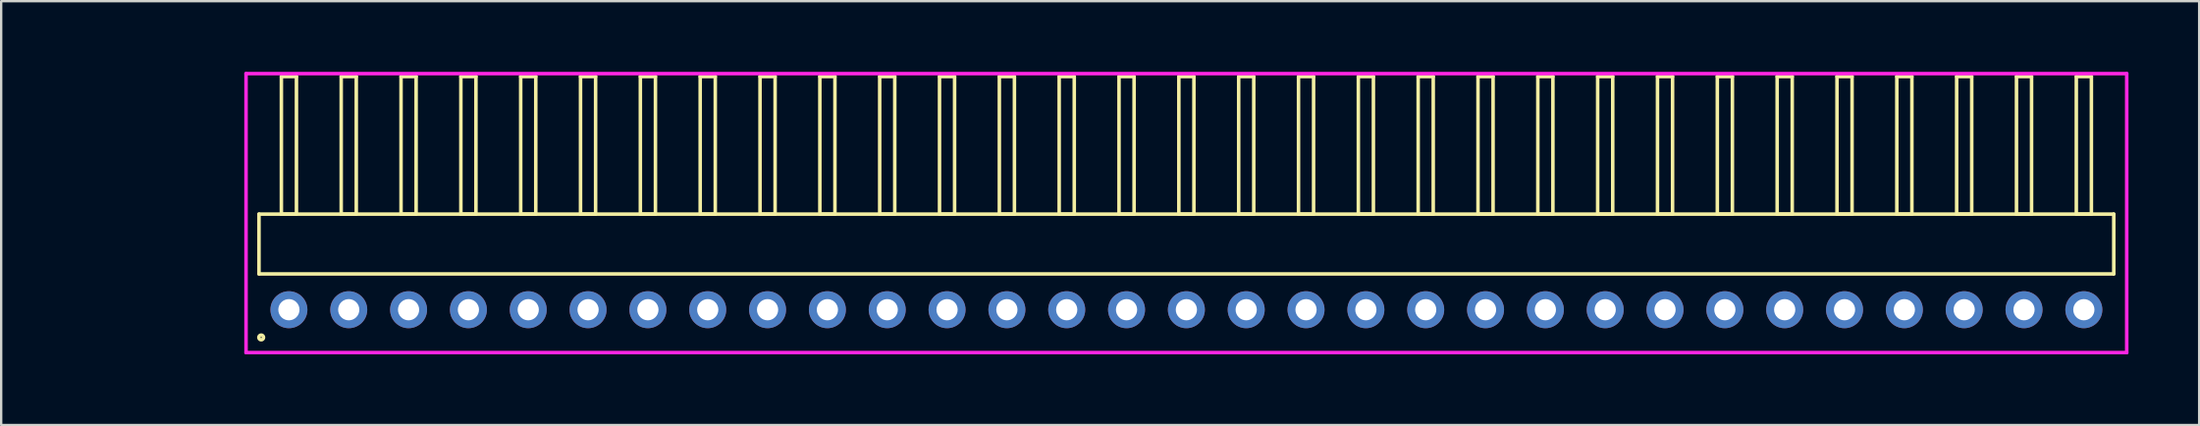
<source format=kicad_pcb>
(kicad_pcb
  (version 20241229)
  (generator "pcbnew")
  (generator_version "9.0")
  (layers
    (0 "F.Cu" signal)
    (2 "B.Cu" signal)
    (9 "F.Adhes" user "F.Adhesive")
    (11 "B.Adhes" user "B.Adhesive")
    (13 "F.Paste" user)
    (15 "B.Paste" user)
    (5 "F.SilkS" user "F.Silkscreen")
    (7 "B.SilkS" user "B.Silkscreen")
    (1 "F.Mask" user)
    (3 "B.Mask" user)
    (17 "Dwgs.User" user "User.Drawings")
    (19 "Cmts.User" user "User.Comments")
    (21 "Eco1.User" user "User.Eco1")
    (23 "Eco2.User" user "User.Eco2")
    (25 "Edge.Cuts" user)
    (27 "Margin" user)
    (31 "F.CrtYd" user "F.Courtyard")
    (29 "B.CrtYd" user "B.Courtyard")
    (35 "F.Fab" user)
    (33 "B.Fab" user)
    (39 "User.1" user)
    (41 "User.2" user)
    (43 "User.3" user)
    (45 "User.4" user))
  (footprint "HDR_RA254P31x1"
    (layer "F.Cu")
    (at 47.315 10.1)
    (property "Reference" "HDR_RA254P31x1" (at -40.67 0 0) (layer "User.1") (effects (font (size 1 1) (thickness 0.1))))
    (attr through_hole)
    (fp_line (start -39.37 -4.06) (end -39.37 -1.52) (stroke (width 0.15) (type solid)) (layer "F.SilkS"))
    (fp_line (start -39.37 -1.52) (end 39.37 -1.52) (stroke (width 0.15) (type solid)) (layer "F.SilkS"))
    (fp_line (start -38.42 -9.9) (end -38.42 -4.06) (stroke (width 0.15) (type solid)) (layer "F.SilkS"))
    (fp_line (start -38.42 -4.06) (end -37.78 -4.06) (stroke (width 0.15) (type solid)) (layer "F.SilkS"))
    (fp_line (start -37.78 -9.9) (end -38.42 -9.9) (stroke (width 0.15) (type solid)) (layer "F.SilkS"))
    (fp_line (start -37.78 -4.06) (end -37.78 -9.9) (stroke (width 0.15) (type solid)) (layer "F.SilkS"))
    (fp_line (start -35.88 -9.9) (end -35.88 -4.06) (stroke (width 0.15) (type solid)) (layer "F.SilkS"))
    (fp_line (start -35.88 -4.06) (end -35.24 -4.06) (stroke (width 0.15) (type solid)) (layer "F.SilkS"))
    (fp_line (start -35.24 -9.9) (end -35.88 -9.9) (stroke (width 0.15) (type solid)) (layer "F.SilkS"))
    (fp_line (start -35.24 -4.06) (end -35.24 -9.9) (stroke (width 0.15) (type solid)) (layer "F.SilkS"))
    (fp_line (start -33.34 -9.9) (end -33.34 -4.06) (stroke (width 0.15) (type solid)) (layer "F.SilkS"))
    (fp_line (start -33.34 -4.06) (end -32.7 -4.06) (stroke (width 0.15) (type solid)) (layer "F.SilkS"))
    (fp_line (start -32.7 -9.9) (end -33.34 -9.9) (stroke (width 0.15) (type solid)) (layer "F.SilkS"))
    (fp_line (start -32.7 -4.06) (end -32.7 -9.9) (stroke (width 0.15) (type solid)) (layer "F.SilkS"))
    (fp_line (start -30.8 -9.9) (end -30.8 -4.06) (stroke (width 0.15) (type solid)) (layer "F.SilkS"))
    (fp_line (start -30.8 -4.06) (end -30.16 -4.06) (stroke (width 0.15) (type solid)) (layer "F.SilkS"))
    (fp_line (start -30.16 -9.9) (end -30.8 -9.9) (stroke (width 0.15) (type solid)) (layer "F.SilkS"))
    (fp_line (start -30.16 -4.06) (end -30.16 -9.9) (stroke (width 0.15) (type solid)) (layer "F.SilkS"))
    (fp_line (start -28.26 -9.9) (end -28.26 -4.06) (stroke (width 0.15) (type solid)) (layer "F.SilkS"))
    (fp_line (start -28.26 -4.06) (end -27.62 -4.06) (stroke (width 0.15) (type solid)) (layer "F.SilkS"))
    (fp_line (start -27.62 -9.9) (end -28.26 -9.9) (stroke (width 0.15) (type solid)) (layer "F.SilkS"))
    (fp_line (start -27.62 -4.06) (end -27.62 -9.9) (stroke (width 0.15) (type solid)) (layer "F.SilkS"))
    (fp_line (start -25.72 -9.9) (end -25.72 -4.06) (stroke (width 0.15) (type solid)) (layer "F.SilkS"))
    (fp_line (start -25.72 -4.06) (end -25.08 -4.06) (stroke (width 0.15) (type solid)) (layer "F.SilkS"))
    (fp_line (start -25.08 -9.9) (end -25.72 -9.9) (stroke (width 0.15) (type solid)) (layer "F.SilkS"))
    (fp_line (start -25.08 -4.06) (end -25.08 -9.9) (stroke (width 0.15) (type solid)) (layer "F.SilkS"))
    (fp_line (start -23.18 -9.9) (end -23.18 -4.06) (stroke (width 0.15) (type solid)) (layer "F.SilkS"))
    (fp_line (start -23.18 -4.06) (end -22.54 -4.06) (stroke (width 0.15) (type solid)) (layer "F.SilkS"))
    (fp_line (start -22.54 -9.9) (end -23.18 -9.9) (stroke (width 0.15) (type solid)) (layer "F.SilkS"))
    (fp_line (start -22.54 -4.06) (end -22.54 -9.9) (stroke (width 0.15) (type solid)) (layer "F.SilkS"))
    (fp_line (start -20.64 -9.9) (end -20.64 -4.06) (stroke (width 0.15) (type solid)) (layer "F.SilkS"))
    (fp_line (start -20.64 -4.06) (end -20 -4.06) (stroke (width 0.15) (type solid)) (layer "F.SilkS"))
    (fp_line (start -20 -9.9) (end -20.64 -9.9) (stroke (width 0.15) (type solid)) (layer "F.SilkS"))
    (fp_line (start -20 -4.06) (end -20 -9.9) (stroke (width 0.15) (type solid)) (layer "F.SilkS"))
    (fp_line (start -18.1 -9.9) (end -18.1 -4.06) (stroke (width 0.15) (type solid)) (layer "F.SilkS"))
    (fp_line (start -18.1 -4.06) (end -17.46 -4.06) (stroke (width 0.15) (type solid)) (layer "F.SilkS"))
    (fp_line (start -17.46 -9.9) (end -18.1 -9.9) (stroke (width 0.15) (type solid)) (layer "F.SilkS"))
    (fp_line (start -17.46 -4.06) (end -17.46 -9.9) (stroke (width 0.15) (type solid)) (layer "F.SilkS"))
    (fp_line (start -15.56 -9.9) (end -15.56 -4.06) (stroke (width 0.15) (type solid)) (layer "F.SilkS"))
    (fp_line (start -15.56 -4.06) (end -14.92 -4.06) (stroke (width 0.15) (type solid)) (layer "F.SilkS"))
    (fp_line (start -14.92 -9.9) (end -15.56 -9.9) (stroke (width 0.15) (type solid)) (layer "F.SilkS"))
    (fp_line (start -14.92 -4.06) (end -14.92 -9.9) (stroke (width 0.15) (type solid)) (layer "F.SilkS"))
    (fp_line (start -13.02 -9.9) (end -13.02 -4.06) (stroke (width 0.15) (type solid)) (layer "F.SilkS"))
    (fp_line (start -13.02 -4.06) (end -12.38 -4.06) (stroke (width 0.15) (type solid)) (layer "F.SilkS"))
    (fp_line (start -12.38 -9.9) (end -13.02 -9.9) (stroke (width 0.15) (type solid)) (layer "F.SilkS"))
    (fp_line (start -12.38 -4.06) (end -12.38 -9.9) (stroke (width 0.15) (type solid)) (layer "F.SilkS"))
    (fp_line (start -10.48 -9.9) (end -10.48 -4.06) (stroke (width 0.15) (type solid)) (layer "F.SilkS"))
    (fp_line (start -10.48 -4.06) (end -9.84 -4.06) (stroke (width 0.15) (type solid)) (layer "F.SilkS"))
    (fp_line (start -9.84 -9.9) (end -10.48 -9.9) (stroke (width 0.15) (type solid)) (layer "F.SilkS"))
    (fp_line (start -9.84 -4.06) (end -9.84 -9.9) (stroke (width 0.15) (type solid)) (layer "F.SilkS"))
    (fp_line (start -7.94 -9.9) (end -7.94 -4.06) (stroke (width 0.15) (type solid)) (layer "F.SilkS"))
    (fp_line (start -7.94 -4.06) (end -7.3 -4.06) (stroke (width 0.15) (type solid)) (layer "F.SilkS"))
    (fp_line (start -7.3 -9.9) (end -7.94 -9.9) (stroke (width 0.15) (type solid)) (layer "F.SilkS"))
    (fp_line (start -7.3 -4.06) (end -7.3 -9.9) (stroke (width 0.15) (type solid)) (layer "F.SilkS"))
    (fp_line (start -5.4 -9.9) (end -5.4 -4.06) (stroke (width 0.15) (type solid)) (layer "F.SilkS"))
    (fp_line (start -5.4 -4.06) (end -4.76 -4.06) (stroke (width 0.15) (type solid)) (layer "F.SilkS"))
    (fp_line (start -4.76 -9.9) (end -5.4 -9.9) (stroke (width 0.15) (type solid)) (layer "F.SilkS"))
    (fp_line (start -4.76 -4.06) (end -4.76 -9.9) (stroke (width 0.15) (type solid)) (layer "F.SilkS"))
    (fp_line (start -2.86 -9.9) (end -2.86 -4.06) (stroke (width 0.15) (type solid)) (layer "F.SilkS"))
    (fp_line (start -2.86 -4.06) (end -2.22 -4.06) (stroke (width 0.15) (type solid)) (layer "F.SilkS"))
    (fp_line (start -2.22 -9.9) (end -2.86 -9.9) (stroke (width 0.15) (type solid)) (layer "F.SilkS"))
    (fp_line (start -2.22 -4.06) (end -2.22 -9.9) (stroke (width 0.15) (type solid)) (layer "F.SilkS"))
    (fp_line (start -0.32 -9.9) (end -0.32 -4.06) (stroke (width 0.15) (type solid)) (layer "F.SilkS"))
    (fp_line (start -0.32 -4.06) (end 0.32 -4.06) (stroke (width 0.15) (type solid)) (layer "F.SilkS"))
    (fp_line (start 0.32 -9.9) (end -0.32 -9.9) (stroke (width 0.15) (type solid)) (layer "F.SilkS"))
    (fp_line (start 0.32 -4.06) (end 0.32 -9.9) (stroke (width 0.15) (type solid)) (layer "F.SilkS"))
    (fp_line (start 2.22 -9.9) (end 2.22 -4.06) (stroke (width 0.15) (type solid)) (layer "F.SilkS"))
    (fp_line (start 2.22 -4.06) (end 2.86 -4.06) (stroke (width 0.15) (type solid)) (layer "F.SilkS"))
    (fp_line (start 2.86 -9.9) (end 2.22 -9.9) (stroke (width 0.15) (type solid)) (layer "F.SilkS"))
    (fp_line (start 2.86 -4.06) (end 2.86 -9.9) (stroke (width 0.15) (type solid)) (layer "F.SilkS"))
    (fp_line (start 4.76 -9.9) (end 4.76 -4.06) (stroke (width 0.15) (type solid)) (layer "F.SilkS"))
    (fp_line (start 4.76 -4.06) (end 5.4 -4.06) (stroke (width 0.15) (type solid)) (layer "F.SilkS"))
    (fp_line (start 5.4 -9.9) (end 4.76 -9.9) (stroke (width 0.15) (type solid)) (layer "F.SilkS"))
    (fp_line (start 5.4 -4.06) (end 5.4 -9.9) (stroke (width 0.15) (type solid)) (layer "F.SilkS"))
    (fp_line (start 7.3 -9.9) (end 7.3 -4.06) (stroke (width 0.15) (type solid)) (layer "F.SilkS"))
    (fp_line (start 7.3 -4.06) (end 7.94 -4.06) (stroke (width 0.15) (type solid)) (layer "F.SilkS"))
    (fp_line (start 7.94 -9.9) (end 7.3 -9.9) (stroke (width 0.15) (type solid)) (layer "F.SilkS"))
    (fp_line (start 7.94 -4.06) (end 7.94 -9.9) (stroke (width 0.15) (type solid)) (layer "F.SilkS"))
    (fp_line (start 9.84 -9.9) (end 9.84 -4.06) (stroke (width 0.15) (type solid)) (layer "F.SilkS"))
    (fp_line (start 9.84 -4.06) (end 10.48 -4.06) (stroke (width 0.15) (type solid)) (layer "F.SilkS"))
    (fp_line (start 10.48 -9.9) (end 9.84 -9.9) (stroke (width 0.15) (type solid)) (layer "F.SilkS"))
    (fp_line (start 10.48 -4.06) (end 10.48 -9.9) (stroke (width 0.15) (type solid)) (layer "F.SilkS"))
    (fp_line (start 12.38 -9.9) (end 12.38 -4.06) (stroke (width 0.15) (type solid)) (layer "F.SilkS"))
    (fp_line (start 12.38 -4.06) (end 13.02 -4.06) (stroke (width 0.15) (type solid)) (layer "F.SilkS"))
    (fp_line (start 13.02 -9.9) (end 12.38 -9.9) (stroke (width 0.15) (type solid)) (layer "F.SilkS"))
    (fp_line (start 13.02 -4.06) (end 13.02 -9.9) (stroke (width 0.15) (type solid)) (layer "F.SilkS"))
    (fp_line (start 14.92 -9.9) (end 14.92 -4.06) (stroke (width 0.15) (type solid)) (layer "F.SilkS"))
    (fp_line (start 14.92 -4.06) (end 15.56 -4.06) (stroke (width 0.15) (type solid)) (layer "F.SilkS"))
    (fp_line (start 15.56 -9.9) (end 14.92 -9.9) (stroke (width 0.15) (type solid)) (layer "F.SilkS"))
    (fp_line (start 15.56 -4.06) (end 15.56 -9.9) (stroke (width 0.15) (type solid)) (layer "F.SilkS"))
    (fp_line (start 17.46 -9.9) (end 17.46 -4.06) (stroke (width 0.15) (type solid)) (layer "F.SilkS"))
    (fp_line (start 17.46 -4.06) (end 18.1 -4.06) (stroke (width 0.15) (type solid)) (layer "F.SilkS"))
    (fp_line (start 18.1 -9.9) (end 17.46 -9.9) (stroke (width 0.15) (type solid)) (layer "F.SilkS"))
    (fp_line (start 18.1 -4.06) (end 18.1 -9.9) (stroke (width 0.15) (type solid)) (layer "F.SilkS"))
    (fp_line (start 20 -9.9) (end 20 -4.06) (stroke (width 0.15) (type solid)) (layer "F.SilkS"))
    (fp_line (start 20 -4.06) (end 20.64 -4.06) (stroke (width 0.15) (type solid)) (layer "F.SilkS"))
    (fp_line (start 20.64 -9.9) (end 20 -9.9) (stroke (width 0.15) (type solid)) (layer "F.SilkS"))
    (fp_line (start 20.64 -4.06) (end 20.64 -9.9) (stroke (width 0.15) (type solid)) (layer "F.SilkS"))
    (fp_line (start 22.54 -9.9) (end 22.54 -4.06) (stroke (width 0.15) (type solid)) (layer "F.SilkS"))
    (fp_line (start 22.54 -4.06) (end 23.18 -4.06) (stroke (width 0.15) (type solid)) (layer "F.SilkS"))
    (fp_line (start 23.18 -9.9) (end 22.54 -9.9) (stroke (width 0.15) (type solid)) (layer "F.SilkS"))
    (fp_line (start 23.18 -4.06) (end 23.18 -9.9) (stroke (width 0.15) (type solid)) (layer "F.SilkS"))
    (fp_line (start 25.08 -9.9) (end 25.08 -4.06) (stroke (width 0.15) (type solid)) (layer "F.SilkS"))
    (fp_line (start 25.08 -4.06) (end 25.72 -4.06) (stroke (width 0.15) (type solid)) (layer "F.SilkS"))
    (fp_line (start 25.72 -9.9) (end 25.08 -9.9) (stroke (width 0.15) (type solid)) (layer "F.SilkS"))
    (fp_line (start 25.72 -4.06) (end 25.72 -9.9) (stroke (width 0.15) (type solid)) (layer "F.SilkS"))
    (fp_line (start 27.62 -9.9) (end 27.62 -4.06) (stroke (width 0.15) (type solid)) (layer "F.SilkS"))
    (fp_line (start 27.62 -4.06) (end 28.26 -4.06) (stroke (width 0.15) (type solid)) (layer "F.SilkS"))
    (fp_line (start 28.26 -9.9) (end 27.62 -9.9) (stroke (width 0.15) (type solid)) (layer "F.SilkS"))
    (fp_line (start 28.26 -4.06) (end 28.26 -9.9) (stroke (width 0.15) (type solid)) (layer "F.SilkS"))
    (fp_line (start 30.16 -9.9) (end 30.16 -4.06) (stroke (width 0.15) (type solid)) (layer "F.SilkS"))
    (fp_line (start 30.16 -4.06) (end 30.8 -4.06) (stroke (width 0.15) (type solid)) (layer "F.SilkS"))
    (fp_line (start 30.8 -9.9) (end 30.16 -9.9) (stroke (width 0.15) (type solid)) (layer "F.SilkS"))
    (fp_line (start 30.8 -4.06) (end 30.8 -9.9) (stroke (width 0.15) (type solid)) (layer "F.SilkS"))
    (fp_line (start 32.7 -9.9) (end 32.7 -4.06) (stroke (width 0.15) (type solid)) (layer "F.SilkS"))
    (fp_line (start 32.7 -4.06) (end 33.34 -4.06) (stroke (width 0.15) (type solid)) (layer "F.SilkS"))
    (fp_line (start 33.34 -9.9) (end 32.7 -9.9) (stroke (width 0.15) (type solid)) (layer "F.SilkS"))
    (fp_line (start 33.34 -4.06) (end 33.34 -9.9) (stroke (width 0.15) (type solid)) (layer "F.SilkS"))
    (fp_line (start 35.24 -9.9) (end 35.24 -4.06) (stroke (width 0.15) (type solid)) (layer "F.SilkS"))
    (fp_line (start 35.24 -4.06) (end 35.88 -4.06) (stroke (width 0.15) (type solid)) (layer "F.SilkS"))
    (fp_line (start 35.88 -9.9) (end 35.24 -9.9) (stroke (width 0.15) (type solid)) (layer "F.SilkS"))
    (fp_line (start 35.88 -4.06) (end 35.88 -9.9) (stroke (width 0.15) (type solid)) (layer "F.SilkS"))
    (fp_line (start 37.78 -9.9) (end 37.78 -4.06) (stroke (width 0.15) (type solid)) (layer "F.SilkS"))
    (fp_line (start 37.78 -4.06) (end 38.42 -4.06) (stroke (width 0.15) (type solid)) (layer "F.SilkS"))
    (fp_line (start 38.42 -9.9) (end 37.78 -9.9) (stroke (width 0.15) (type solid)) (layer "F.SilkS"))
    (fp_line (start 38.42 -4.06) (end 38.42 -9.9) (stroke (width 0.15) (type solid)) (layer "F.SilkS"))
    (fp_line (start 39.37 -4.06) (end -39.37 -4.06) (stroke (width 0.15) (type solid)) (layer "F.SilkS"))
    (fp_line (start 39.37 -1.52) (end 39.37 -4.06) (stroke (width 0.15) (type solid)) (layer "F.SilkS"))
    (fp_circle (center -39.277 1.177) (end -39.177 1.177) (stroke (width 0.15) (type solid)) (fill no) (layer "F.SilkS"))
    (fp_line (start -39.92 -10.025) (end -39.92 1.82) (stroke (width 0.15) (type solid)) (layer "F.CrtYd"))
    (fp_line (start -39.92 1.82) (end 39.92 1.82) (stroke (width 0.15) (type solid)) (layer "F.CrtYd"))
    (fp_line (start 39.92 -10.025) (end -39.92 -10.025) (stroke (width 0.15) (type solid)) (layer "F.CrtYd"))
    (fp_line (start 39.92 1.82) (end 39.92 -10.025) (stroke (width 0.15) (type solid)) (layer "F.CrtYd"))
    (pad "1" thru_hole oval (at -38.1 0) (size 1.57 1.57) (drill 0.9) (layers "*.Cu" "*.Mask"))
    (pad "2" thru_hole oval (at -35.56 0) (size 1.57 1.57) (drill 0.9) (layers "*.Cu" "*.Mask"))
    (pad "3" thru_hole oval (at -33.02 0) (size 1.57 1.57) (drill 0.9) (layers "*.Cu" "*.Mask"))
    (pad "4" thru_hole oval (at -30.48 0) (size 1.57 1.57) (drill 0.9) (layers "*.Cu" "*.Mask"))
    (pad "5" thru_hole oval (at -27.94 0) (size 1.57 1.57) (drill 0.9) (layers "*.Cu" "*.Mask"))
    (pad "6" thru_hole oval (at -25.4 0) (size 1.57 1.57) (drill 0.9) (layers "*.Cu" "*.Mask"))
    (pad "7" thru_hole oval (at -22.86 0) (size 1.57 1.57) (drill 0.9) (layers "*.Cu" "*.Mask"))
    (pad "8" thru_hole oval (at -20.32 0) (size 1.57 1.57) (drill 0.9) (layers "*.Cu" "*.Mask"))
    (pad "9" thru_hole oval (at -17.78 0) (size 1.57 1.57) (drill 0.9) (layers "*.Cu" "*.Mask"))
    (pad "10" thru_hole oval (at -15.24 0) (size 1.57 1.57) (drill 0.9) (layers "*.Cu" "*.Mask"))
    (pad "11" thru_hole oval (at -12.7 0) (size 1.57 1.57) (drill 0.9) (layers "*.Cu" "*.Mask"))
    (pad "12" thru_hole oval (at -10.16 0) (size 1.57 1.57) (drill 0.9) (layers "*.Cu" "*.Mask"))
    (pad "13" thru_hole oval (at -7.62 0) (size 1.57 1.57) (drill 0.9) (layers "*.Cu" "*.Mask"))
    (pad "14" thru_hole oval (at -5.08 0) (size 1.57 1.57) (drill 0.9) (layers "*.Cu" "*.Mask"))
    (pad "15" thru_hole oval (at -2.54 0) (size 1.57 1.57) (drill 0.9) (layers "*.Cu" "*.Mask"))
    (pad "16" thru_hole oval (at 0 0) (size 1.57 1.57) (drill 0.9) (layers "*.Cu" "*.Mask"))
    (pad "17" thru_hole oval (at 2.54 0) (size 1.57 1.57) (drill 0.9) (layers "*.Cu" "*.Mask"))
    (pad "18" thru_hole oval (at 5.08 0) (size 1.57 1.57) (drill 0.9) (layers "*.Cu" "*.Mask"))
    (pad "19" thru_hole oval (at 7.62 0) (size 1.57 1.57) (drill 0.9) (layers "*.Cu" "*.Mask"))
    (pad "20" thru_hole oval (at 10.16 0) (size 1.57 1.57) (drill 0.9) (layers "*.Cu" "*.Mask"))
    (pad "21" thru_hole oval (at 12.7 0) (size 1.57 1.57) (drill 0.9) (layers "*.Cu" "*.Mask"))
    (pad "22" thru_hole oval (at 15.24 0) (size 1.57 1.57) (drill 0.9) (layers "*.Cu" "*.Mask"))
    (pad "23" thru_hole oval (at 17.78 0) (size 1.57 1.57) (drill 0.9) (layers "*.Cu" "*.Mask"))
    (pad "24" thru_hole oval (at 20.32 0) (size 1.57 1.57) (drill 0.9) (layers "*.Cu" "*.Mask"))
    (pad "25" thru_hole oval (at 22.86 0) (size 1.57 1.57) (drill 0.9) (layers "*.Cu" "*.Mask"))
    (pad "26" thru_hole oval (at 25.4 0) (size 1.57 1.57) (drill 0.9) (layers "*.Cu" "*.Mask"))
    (pad "27" thru_hole oval (at 27.94 0) (size 1.57 1.57) (drill 0.9) (layers "*.Cu" "*.Mask"))
    (pad "28" thru_hole oval (at 30.48 0) (size 1.57 1.57) (drill 0.9) (layers "*.Cu" "*.Mask"))
    (pad "29" thru_hole oval (at 33.02 0) (size 1.57 1.57) (drill 0.9) (layers "*.Cu" "*.Mask"))
    (pad "30" thru_hole oval (at 35.56 0) (size 1.57 1.57) (drill 0.9) (layers "*.Cu" "*.Mask"))
    (pad "31" thru_hole oval (at 38.1 0) (size 1.57 1.57) (drill 0.9) (layers "*.Cu" "*.Mask")))
  (gr_rect
    (start -3 -3)
    (end 90.31 14.995)
    (stroke (width 0.1) (type default))
    (fill no)
    (layer "Edge.Cuts")))
</source>
